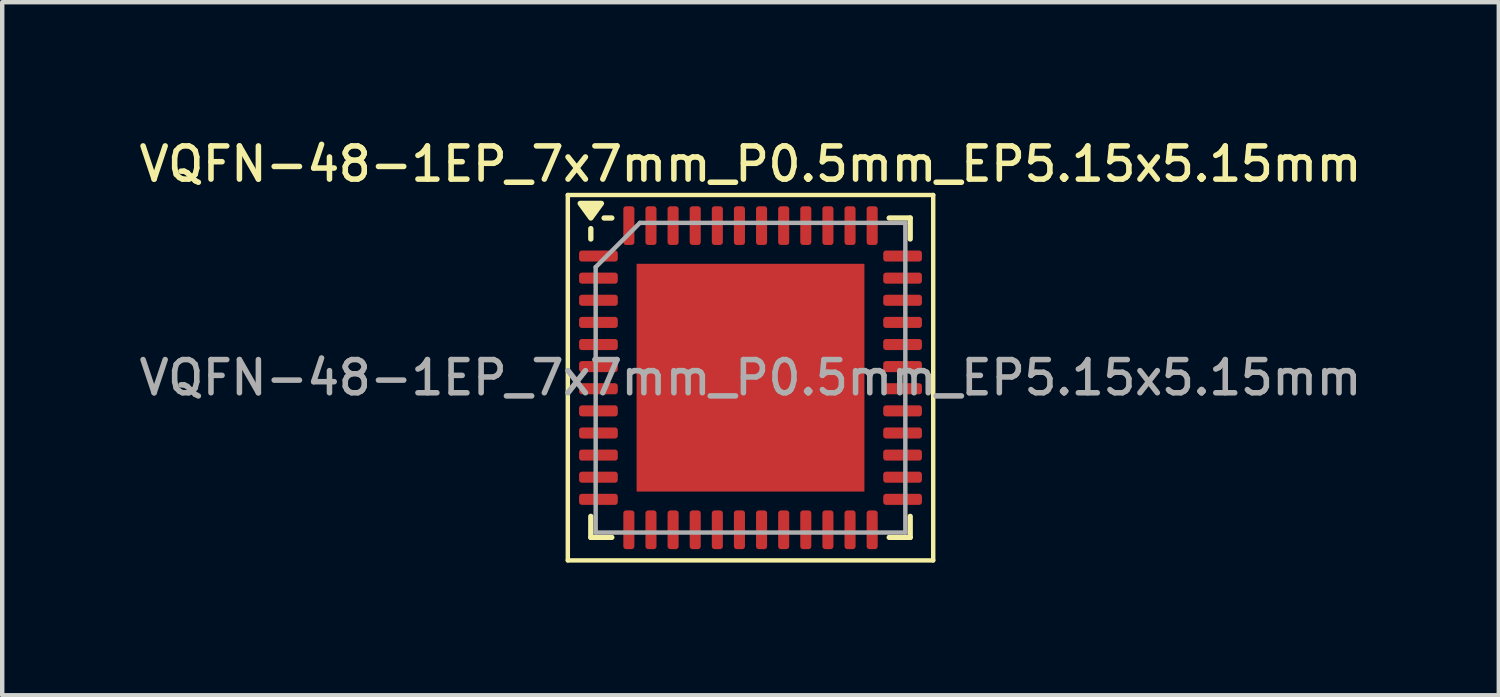
<source format=kicad_pcb>
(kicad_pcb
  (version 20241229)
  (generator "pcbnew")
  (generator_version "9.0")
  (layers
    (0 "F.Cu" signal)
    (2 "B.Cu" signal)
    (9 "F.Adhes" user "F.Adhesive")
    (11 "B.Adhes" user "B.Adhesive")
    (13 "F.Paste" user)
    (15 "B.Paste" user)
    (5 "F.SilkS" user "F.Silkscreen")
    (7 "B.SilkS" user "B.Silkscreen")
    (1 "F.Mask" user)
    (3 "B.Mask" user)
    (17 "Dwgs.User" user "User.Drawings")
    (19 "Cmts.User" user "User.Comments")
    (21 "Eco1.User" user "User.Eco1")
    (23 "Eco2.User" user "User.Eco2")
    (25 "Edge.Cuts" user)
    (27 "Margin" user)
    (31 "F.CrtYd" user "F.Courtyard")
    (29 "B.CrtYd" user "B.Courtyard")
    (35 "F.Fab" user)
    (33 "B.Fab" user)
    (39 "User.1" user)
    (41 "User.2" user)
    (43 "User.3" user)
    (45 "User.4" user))
  (footprint "VQFN-48-1EP_7x7mm_P0.5mm_EP5.15x5.15mm"
    (layer "F.Cu")
    (at 13.916 5.488)
    (property "Reference" "VQFN-48-1EP_7x7mm_P0.5mm_EP5.15x5.15mm" (at 0 -4.83 0) (layer "F.SilkS") (effects (font (size 0.75 0.75) (thickness 0.125))))
    (attr smd)
    (fp_line (start -4.13 -4.13) (end -4.13 4.13) (stroke (width 0.1) (type solid)) (layer "F.SilkS"))
    (fp_line (start -4.13 4.13) (end 4.13 4.13) (stroke (width 0.1) (type solid)) (layer "F.SilkS"))
    (fp_line (start -3.61 -3.135) (end -3.61 -3.37) (stroke (width 0.12) (type solid)) (layer "F.SilkS"))
    (fp_line (start -3.61 3.61) (end -3.61 3.135) (stroke (width 0.12) (type solid)) (layer "F.SilkS"))
    (fp_line (start -3.135 -3.61) (end -3.31 -3.61) (stroke (width 0.12) (type solid)) (layer "F.SilkS"))
    (fp_line (start -3.135 3.61) (end -3.61 3.61) (stroke (width 0.12) (type solid)) (layer "F.SilkS"))
    (fp_line (start 3.135 -3.61) (end 3.61 -3.61) (stroke (width 0.12) (type solid)) (layer "F.SilkS"))
    (fp_line (start 3.135 3.61) (end 3.61 3.61) (stroke (width 0.12) (type solid)) (layer "F.SilkS"))
    (fp_line (start 3.61 -3.61) (end 3.61 -3.135) (stroke (width 0.12) (type solid)) (layer "F.SilkS"))
    (fp_line (start 3.61 3.61) (end 3.61 3.135) (stroke (width 0.12) (type solid)) (layer "F.SilkS"))
    (fp_line (start 4.13 -4.13) (end -4.13 -4.13) (stroke (width 0.1) (type solid)) (layer "F.SilkS"))
    (fp_line (start 4.13 4.13) (end 4.13 -4.13) (stroke (width 0.1) (type solid)) (layer "F.SilkS"))
    (fp_poly (pts (xy -3.61 -3.61) (xy -3.85 -3.94) (xy -3.37 -3.94) (xy -3.61 -3.61)) (stroke (width 0.12) (type solid)) (fill yes) (layer "F.SilkS"))
    (fp_line (start -3.5 -2.5) (end -2.5 -3.5) (stroke (width 0.1) (type solid)) (layer "F.Fab"))
    (fp_line (start -3.5 3.5) (end -3.5 -2.5) (stroke (width 0.1) (type solid)) (layer "F.Fab"))
    (fp_line (start -2.5 -3.5) (end 3.5 -3.5) (stroke (width 0.1) (type solid)) (layer "F.Fab"))
    (fp_line (start 3.5 -3.5) (end 3.5 3.5) (stroke (width 0.1) (type solid)) (layer "F.Fab"))
    (fp_line (start 3.5 3.5) (end -3.5 3.5) (stroke (width 0.1) (type solid)) (layer "F.Fab"))
    (fp_text user "${REFERENCE}" (at 0 0 0) (layer "F.Fab") (effects (font (size 0.75 0.75) (thickness 0.125))))
    (pad "" smd roundrect (at -1.29 -1.29) (size 2.08 2.08) (layers "F.Paste") (roundrect_rratio 0.12))
    (pad "" smd roundrect (at -1.29 1.29) (size 2.08 2.08) (layers "F.Paste") (roundrect_rratio 0.12))
    (pad "" smd roundrect (at 1.29 -1.29) (size 2.08 2.08) (layers "F.Paste") (roundrect_rratio 0.12))
    (pad "" smd roundrect (at 1.29 1.29) (size 2.08 2.08) (layers "F.Paste") (roundrect_rratio 0.12))
    (pad "1" smd roundrect (at -3.438 -2.75) (size 0.875 0.25) (layers "F.Cu" "F.Mask" "F.Paste") (roundrect_rratio 0.25))
    (pad "2" smd roundrect (at -3.438 -2.25) (size 0.875 0.25) (layers "F.Cu" "F.Mask" "F.Paste") (roundrect_rratio 0.25))
    (pad "3" smd roundrect (at -3.438 -1.75) (size 0.875 0.25) (layers "F.Cu" "F.Mask" "F.Paste") (roundrect_rratio 0.25))
    (pad "4" smd roundrect (at -3.438 -1.25) (size 0.875 0.25) (layers "F.Cu" "F.Mask" "F.Paste") (roundrect_rratio 0.25))
    (pad "5" smd roundrect (at -3.438 -0.75) (size 0.875 0.25) (layers "F.Cu" "F.Mask" "F.Paste") (roundrect_rratio 0.25))
    (pad "6" smd roundrect (at -3.438 -0.25) (size 0.875 0.25) (layers "F.Cu" "F.Mask" "F.Paste") (roundrect_rratio 0.25))
    (pad "7" smd roundrect (at -3.438 0.25) (size 0.875 0.25) (layers "F.Cu" "F.Mask" "F.Paste") (roundrect_rratio 0.25))
    (pad "8" smd roundrect (at -3.438 0.75) (size 0.875 0.25) (layers "F.Cu" "F.Mask" "F.Paste") (roundrect_rratio 0.25))
    (pad "9" smd roundrect (at -3.438 1.25) (size 0.875 0.25) (layers "F.Cu" "F.Mask" "F.Paste") (roundrect_rratio 0.25))
    (pad "10" smd roundrect (at -3.438 1.75) (size 0.875 0.25) (layers "F.Cu" "F.Mask" "F.Paste") (roundrect_rratio 0.25))
    (pad "11" smd roundrect (at -3.438 2.25) (size 0.875 0.25) (layers "F.Cu" "F.Mask" "F.Paste") (roundrect_rratio 0.25))
    (pad "12" smd roundrect (at -3.438 2.75) (size 0.875 0.25) (layers "F.Cu" "F.Mask" "F.Paste") (roundrect_rratio 0.25))
    (pad "13" smd roundrect (at -2.75 3.438) (size 0.25 0.875) (layers "F.Cu" "F.Mask" "F.Paste") (roundrect_rratio 0.25))
    (pad "14" smd roundrect (at -2.25 3.438) (size 0.25 0.875) (layers "F.Cu" "F.Mask" "F.Paste") (roundrect_rratio 0.25))
    (pad "15" smd roundrect (at -1.75 3.438) (size 0.25 0.875) (layers "F.Cu" "F.Mask" "F.Paste") (roundrect_rratio 0.25))
    (pad "16" smd roundrect (at -1.25 3.438) (size 0.25 0.875) (layers "F.Cu" "F.Mask" "F.Paste") (roundrect_rratio 0.25))
    (pad "17" smd roundrect (at -0.75 3.438) (size 0.25 0.875) (layers "F.Cu" "F.Mask" "F.Paste") (roundrect_rratio 0.25))
    (pad "18" smd roundrect (at -0.25 3.438) (size 0.25 0.875) (layers "F.Cu" "F.Mask" "F.Paste") (roundrect_rratio 0.25))
    (pad "19" smd roundrect (at 0.25 3.438) (size 0.25 0.875) (layers "F.Cu" "F.Mask" "F.Paste") (roundrect_rratio 0.25))
    (pad "20" smd roundrect (at 0.75 3.438) (size 0.25 0.875) (layers "F.Cu" "F.Mask" "F.Paste") (roundrect_rratio 0.25))
    (pad "21" smd roundrect (at 1.25 3.438) (size 0.25 0.875) (layers "F.Cu" "F.Mask" "F.Paste") (roundrect_rratio 0.25))
    (pad "22" smd roundrect (at 1.75 3.438) (size 0.25 0.875) (layers "F.Cu" "F.Mask" "F.Paste") (roundrect_rratio 0.25))
    (pad "23" smd roundrect (at 2.25 3.438) (size 0.25 0.875) (layers "F.Cu" "F.Mask" "F.Paste") (roundrect_rratio 0.25))
    (pad "24" smd roundrect (at 2.75 3.438) (size 0.25 0.875) (layers "F.Cu" "F.Mask" "F.Paste") (roundrect_rratio 0.25))
    (pad "25" smd roundrect (at 3.438 2.75) (size 0.875 0.25) (layers "F.Cu" "F.Mask" "F.Paste") (roundrect_rratio 0.25))
    (pad "26" smd roundrect (at 3.438 2.25) (size 0.875 0.25) (layers "F.Cu" "F.Mask" "F.Paste") (roundrect_rratio 0.25))
    (pad "27" smd roundrect (at 3.438 1.75) (size 0.875 0.25) (layers "F.Cu" "F.Mask" "F.Paste") (roundrect_rratio 0.25))
    (pad "28" smd roundrect (at 3.438 1.25) (size 0.875 0.25) (layers "F.Cu" "F.Mask" "F.Paste") (roundrect_rratio 0.25))
    (pad "29" smd roundrect (at 3.438 0.75) (size 0.875 0.25) (layers "F.Cu" "F.Mask" "F.Paste") (roundrect_rratio 0.25))
    (pad "30" smd roundrect (at 3.438 0.25) (size 0.875 0.25) (layers "F.Cu" "F.Mask" "F.Paste") (roundrect_rratio 0.25))
    (pad "31" smd roundrect (at 3.438 -0.25) (size 0.875 0.25) (layers "F.Cu" "F.Mask" "F.Paste") (roundrect_rratio 0.25))
    (pad "32" smd roundrect (at 3.438 -0.75) (size 0.875 0.25) (layers "F.Cu" "F.Mask" "F.Paste") (roundrect_rratio 0.25))
    (pad "33" smd roundrect (at 3.438 -1.25) (size 0.875 0.25) (layers "F.Cu" "F.Mask" "F.Paste") (roundrect_rratio 0.25))
    (pad "34" smd roundrect (at 3.438 -1.75) (size 0.875 0.25) (layers "F.Cu" "F.Mask" "F.Paste") (roundrect_rratio 0.25))
    (pad "35" smd roundrect (at 3.438 -2.25) (size 0.875 0.25) (layers "F.Cu" "F.Mask" "F.Paste") (roundrect_rratio 0.25))
    (pad "36" smd roundrect (at 3.438 -2.75) (size 0.875 0.25) (layers "F.Cu" "F.Mask" "F.Paste") (roundrect_rratio 0.25))
    (pad "37" smd roundrect (at 2.75 -3.438) (size 0.25 0.875) (layers "F.Cu" "F.Mask" "F.Paste") (roundrect_rratio 0.25))
    (pad "38" smd roundrect (at 2.25 -3.438) (size 0.25 0.875) (layers "F.Cu" "F.Mask" "F.Paste") (roundrect_rratio 0.25))
    (pad "39" smd roundrect (at 1.75 -3.438) (size 0.25 0.875) (layers "F.Cu" "F.Mask" "F.Paste") (roundrect_rratio 0.25))
    (pad "40" smd roundrect (at 1.25 -3.438) (size 0.25 0.875) (layers "F.Cu" "F.Mask" "F.Paste") (roundrect_rratio 0.25))
    (pad "41" smd roundrect (at 0.75 -3.438) (size 0.25 0.875) (layers "F.Cu" "F.Mask" "F.Paste") (roundrect_rratio 0.25))
    (pad "42" smd roundrect (at 0.25 -3.438) (size 0.25 0.875) (layers "F.Cu" "F.Mask" "F.Paste") (roundrect_rratio 0.25))
    (pad "43" smd roundrect (at -0.25 -3.438) (size 0.25 0.875) (layers "F.Cu" "F.Mask" "F.Paste") (roundrect_rratio 0.25))
    (pad "44" smd roundrect (at -0.75 -3.438) (size 0.25 0.875) (layers "F.Cu" "F.Mask" "F.Paste") (roundrect_rratio 0.25))
    (pad "45" smd roundrect (at -1.25 -3.438) (size 0.25 0.875) (layers "F.Cu" "F.Mask" "F.Paste") (roundrect_rratio 0.25))
    (pad "46" smd roundrect (at -1.75 -3.438) (size 0.25 0.875) (layers "F.Cu" "F.Mask" "F.Paste") (roundrect_rratio 0.25))
    (pad "47" smd roundrect (at -2.25 -3.438) (size 0.25 0.875) (layers "F.Cu" "F.Mask" "F.Paste") (roundrect_rratio 0.25))
    (pad "48" smd roundrect (at -2.75 -3.438) (size 0.25 0.875) (layers "F.Cu" "F.Mask" "F.Paste") (roundrect_rratio 0.25))
    (pad "49" smd rect (at 0 0) (size 5.15 5.15) (property pad_prop_heatsink) (layers "F.Cu" "F.Mask")))
  (gr_rect
    (start -3 -3)
    (end 30.832 12.668)
    (stroke (width 0.1) (type default))
    (fill no)
    (layer "Edge.Cuts")))
</source>
